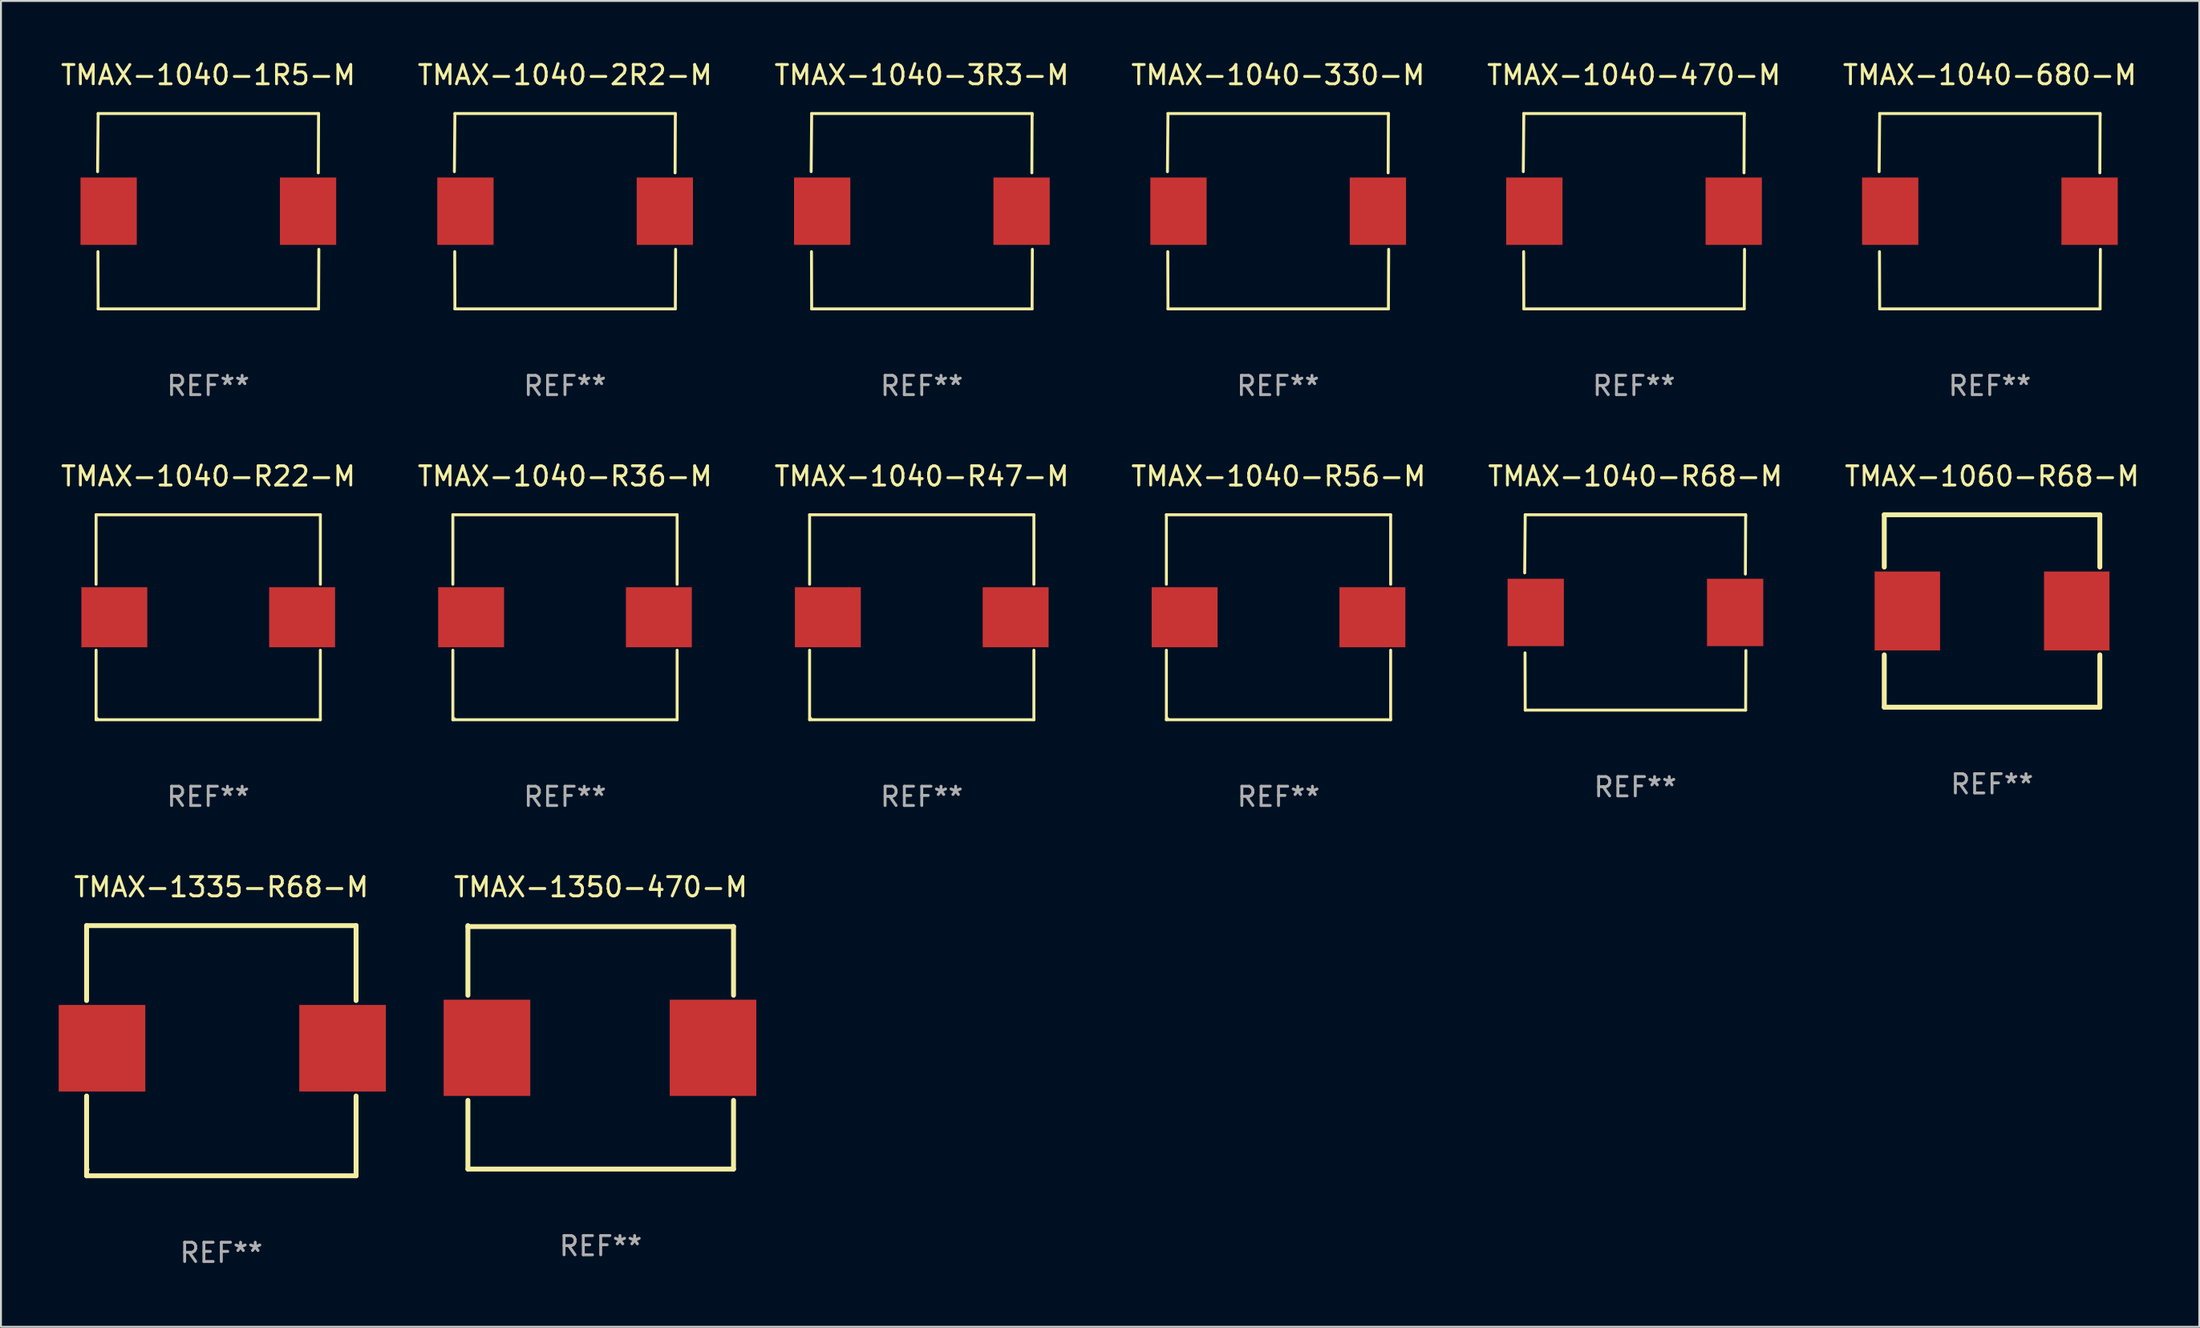
<source format=kicad_pcb>
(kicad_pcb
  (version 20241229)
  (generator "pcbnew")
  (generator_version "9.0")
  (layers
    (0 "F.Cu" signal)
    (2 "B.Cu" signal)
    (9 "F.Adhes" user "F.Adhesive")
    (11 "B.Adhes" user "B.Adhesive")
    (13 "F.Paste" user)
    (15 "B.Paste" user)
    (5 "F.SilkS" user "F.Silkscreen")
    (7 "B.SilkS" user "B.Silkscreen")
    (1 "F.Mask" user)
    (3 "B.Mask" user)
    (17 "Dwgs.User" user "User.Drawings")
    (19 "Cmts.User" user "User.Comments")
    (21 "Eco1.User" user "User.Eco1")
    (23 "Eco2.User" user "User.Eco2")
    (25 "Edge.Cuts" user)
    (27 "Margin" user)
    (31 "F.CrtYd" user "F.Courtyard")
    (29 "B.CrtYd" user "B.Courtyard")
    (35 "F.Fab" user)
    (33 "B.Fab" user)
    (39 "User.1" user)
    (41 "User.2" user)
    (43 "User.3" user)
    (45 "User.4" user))
  (footprint "TMAX-1040-680-M"
    (layer "F.Cu")
    (at 100.327 7.924)
    (property "Reference" "TMAX-1040-680-M" (at 0 -7.076 0) (layer "F.SilkS") (effects (font (size 1 1) (thickness 0.15))))
    (attr through_hole)
    (fp_line (start -5.747 -2.055) (end -5.719 -5.076) (stroke (width 0.152) (type solid)) (layer "F.SilkS"))
    (fp_line (start -5.729 2.102) (end -5.719 5.076) (stroke (width 0.152) (type solid)) (layer "F.SilkS"))
    (fp_line (start -5.719 -5.076) (end 5.733 -5.076) (stroke (width 0.152) (type solid)) (layer "F.SilkS"))
    (fp_line (start -5.719 5.076) (end 5.733 5.076) (stroke (width 0.152) (type solid)) (layer "F.SilkS"))
    (fp_line (start 5.733 -5.076) (end 5.72 -1.993) (stroke (width 0.152) (type solid)) (layer "F.SilkS"))
    (fp_line (start 5.733 5.076) (end 5.747 1.981) (stroke (width 0.152) (type solid)) (layer "F.SilkS"))
    (fp_circle (center 5.757 -5) (end 5.787 -5) (stroke (width 0.06) (type solid)) (fill no) (layer "F.SilkS"))
    (fp_text user "REF**" (at 0 9.076 0) (layer "F.Fab") (effects (font (size 1 1) (thickness 0.15))))
    (pad "1" smd rect (at 5.187 0) (size 2.924 3.5) (layers "F.Cu" "F.Mask" "F.Paste"))
    (pad "2" smd rect (at -5.173 0) (size 2.924 3.5) (layers "F.Cu" "F.Mask" "F.Paste")))
  (footprint "TMAX-1040-R22-M"
    (layer "F.Cu")
    (at 7.768 29.023)
    (property "Reference" "TMAX-1040-R22-M" (at 0 -7.326 0) (layer "F.SilkS") (effects (font (size 1 1) (thickness 0.15))))
    (attr through_hole)
    (fp_line (start -5.826 -5.326) (end 5.826 -5.326) (stroke (width 0.152) (type solid)) (layer "F.SilkS"))
    (fp_line (start -5.826 -1.712) (end -5.826 -5.326) (stroke (width 0.152) (type solid)) (layer "F.SilkS"))
    (fp_line (start -5.826 1.712) (end -5.826 5.326) (stroke (width 0.152) (type solid)) (layer "F.SilkS"))
    (fp_line (start -5.826 5.326) (end 5.826 5.326) (stroke (width 0.152) (type solid)) (layer "F.SilkS"))
    (fp_line (start 5.826 -5.326) (end 5.826 -1.712) (stroke (width 0.152) (type solid)) (layer "F.SilkS"))
    (fp_line (start 5.826 5.326) (end 5.826 1.712) (stroke (width 0.152) (type solid)) (layer "F.SilkS"))
    (fp_circle (center -5.75 5.25) (end -5.72 5.25) (stroke (width 0.06) (type solid)) (fill no) (layer "F.SilkS"))
    (fp_text user "REF**" (at 0 9.326 0) (layer "F.Fab") (effects (font (size 1 1) (thickness 0.15))))
    (pad "1" smd rect (at 4.878 0) (size 3.424 3.12) (layers "F.Cu" "F.Mask" "F.Paste"))
    (pad "2" smd rect (at -4.878 0) (size 3.424 3.12) (layers "F.Cu" "F.Mask" "F.Paste")))
  (footprint "TMAX-1040-3R3-M"
    (layer "F.Cu")
    (at 44.839 7.924)
    (property "Reference" "TMAX-1040-3R3-M" (at 0 -7.076 0) (layer "F.SilkS") (effects (font (size 1 1) (thickness 0.15))))
    (attr through_hole)
    (fp_line (start -5.747 -2.055) (end -5.719 -5.076) (stroke (width 0.152) (type solid)) (layer "F.SilkS"))
    (fp_line (start -5.729 2.102) (end -5.719 5.076) (stroke (width 0.152) (type solid)) (layer "F.SilkS"))
    (fp_line (start -5.719 -5.076) (end 5.733 -5.076) (stroke (width 0.152) (type solid)) (layer "F.SilkS"))
    (fp_line (start -5.719 5.076) (end 5.733 5.076) (stroke (width 0.152) (type solid)) (layer "F.SilkS"))
    (fp_line (start 5.733 -5.076) (end 5.72 -1.993) (stroke (width 0.152) (type solid)) (layer "F.SilkS"))
    (fp_line (start 5.733 5.076) (end 5.747 1.981) (stroke (width 0.152) (type solid)) (layer "F.SilkS"))
    (fp_circle (center 5.757 -5) (end 5.787 -5) (stroke (width 0.06) (type solid)) (fill no) (layer "F.SilkS"))
    (fp_text user "REF**" (at 0 9.076 0) (layer "F.Fab") (effects (font (size 1 1) (thickness 0.15))))
    (pad "1" smd rect (at 5.187 0) (size 2.924 3.5) (layers "F.Cu" "F.Mask" "F.Paste"))
    (pad "2" smd rect (at -5.173 0) (size 2.924 3.5) (layers "F.Cu" "F.Mask" "F.Paste")))
  (footprint "TMAX-1040-470-M"
    (layer "F.Cu")
    (at 81.839 7.924)
    (property "Reference" "TMAX-1040-470-M" (at 0 -7.076 0) (layer "F.SilkS") (effects (font (size 1 1) (thickness 0.15))))
    (attr through_hole)
    (fp_line (start -5.747 -2.055) (end -5.719 -5.076) (stroke (width 0.152) (type solid)) (layer "F.SilkS"))
    (fp_line (start -5.729 2.102) (end -5.719 5.076) (stroke (width 0.152) (type solid)) (layer "F.SilkS"))
    (fp_line (start -5.719 -5.076) (end 5.733 -5.076) (stroke (width 0.152) (type solid)) (layer "F.SilkS"))
    (fp_line (start -5.719 5.076) (end 5.733 5.076) (stroke (width 0.152) (type solid)) (layer "F.SilkS"))
    (fp_line (start 5.733 -5.076) (end 5.72 -1.993) (stroke (width 0.152) (type solid)) (layer "F.SilkS"))
    (fp_line (start 5.733 5.076) (end 5.747 1.981) (stroke (width 0.152) (type solid)) (layer "F.SilkS"))
    (fp_circle (center 5.757 -5) (end 5.787 -5) (stroke (width 0.06) (type solid)) (fill no) (layer "F.SilkS"))
    (fp_text user "REF**" (at 0 9.076 0) (layer "F.Fab") (effects (font (size 1 1) (thickness 0.15))))
    (pad "1" smd rect (at 5.187 0) (size 2.924 3.5) (layers "F.Cu" "F.Mask" "F.Paste"))
    (pad "2" smd rect (at -5.173 0) (size 2.924 3.5) (layers "F.Cu" "F.Mask" "F.Paste")))
  (footprint "TMAX-1040-2R2-M"
    (layer "F.Cu")
    (at 26.304 7.924)
    (property "Reference" "TMAX-1040-2R2-M" (at 0 -7.076 0) (layer "F.SilkS") (effects (font (size 1 1) (thickness 0.15))))
    (attr through_hole)
    (fp_line (start -5.747 -2.055) (end -5.719 -5.076) (stroke (width 0.152) (type solid)) (layer "F.SilkS"))
    (fp_line (start -5.729 2.102) (end -5.719 5.076) (stroke (width 0.152) (type solid)) (layer "F.SilkS"))
    (fp_line (start -5.719 -5.076) (end 5.733 -5.076) (stroke (width 0.152) (type solid)) (layer "F.SilkS"))
    (fp_line (start -5.719 5.076) (end 5.733 5.076) (stroke (width 0.152) (type solid)) (layer "F.SilkS"))
    (fp_line (start 5.733 -5.076) (end 5.72 -1.993) (stroke (width 0.152) (type solid)) (layer "F.SilkS"))
    (fp_line (start 5.733 5.076) (end 5.747 1.981) (stroke (width 0.152) (type solid)) (layer "F.SilkS"))
    (fp_circle (center 5.757 -5) (end 5.787 -5) (stroke (width 0.06) (type solid)) (fill no) (layer "F.SilkS"))
    (fp_text user "REF**" (at 0 9.076 0) (layer "F.Fab") (effects (font (size 1 1) (thickness 0.15))))
    (pad "1" smd rect (at 5.187 0) (size 2.924 3.5) (layers "F.Cu" "F.Mask" "F.Paste"))
    (pad "2" smd rect (at -5.173 0) (size 2.924 3.5) (layers "F.Cu" "F.Mask" "F.Paste")))
  (footprint "TMAX-1040-R36-M"
    (layer "F.Cu")
    (at 26.304 29.023)
    (property "Reference" "TMAX-1040-R36-M" (at 0 -7.326 0) (layer "F.SilkS") (effects (font (size 1 1) (thickness 0.15))))
    (attr through_hole)
    (fp_line (start -5.826 -5.326) (end 5.826 -5.326) (stroke (width 0.152) (type solid)) (layer "F.SilkS"))
    (fp_line (start -5.826 -1.712) (end -5.826 -5.326) (stroke (width 0.152) (type solid)) (layer "F.SilkS"))
    (fp_line (start -5.826 1.712) (end -5.826 5.326) (stroke (width 0.152) (type solid)) (layer "F.SilkS"))
    (fp_line (start -5.826 5.326) (end 5.826 5.326) (stroke (width 0.152) (type solid)) (layer "F.SilkS"))
    (fp_line (start 5.826 -5.326) (end 5.826 -1.712) (stroke (width 0.152) (type solid)) (layer "F.SilkS"))
    (fp_line (start 5.826 5.326) (end 5.826 1.712) (stroke (width 0.152) (type solid)) (layer "F.SilkS"))
    (fp_circle (center -5.75 5.25) (end -5.72 5.25) (stroke (width 0.06) (type solid)) (fill no) (layer "F.SilkS"))
    (fp_text user "REF**" (at 0 9.326 0) (layer "F.Fab") (effects (font (size 1 1) (thickness 0.15))))
    (pad "1" smd rect (at 4.878 0) (size 3.424 3.12) (layers "F.Cu" "F.Mask" "F.Paste"))
    (pad "2" smd rect (at -4.878 0) (size 3.424 3.12) (layers "F.Cu" "F.Mask" "F.Paste")))
  (footprint "TMAX-1335-R68-M"
    (layer "F.Cu")
    (at 8.449 51.545)
    (property "Reference" "TMAX-1335-R68-M" (at 0 -8.499 0) (layer "F.SilkS") (effects (font (size 1 1) (thickness 0.15))))
    (attr through_hole)
    (fp_line (start -7 -6.499) (end -7 -2.607) (stroke (width 0.254) (type solid)) (layer "F.SilkS"))
    (fp_line (start -7 -6.499) (end 7.001 -6.499) (stroke (width 0.254) (type solid)) (layer "F.SilkS"))
    (fp_line (start -7 2.355) (end -7 6.499) (stroke (width 0.254) (type solid)) (layer "F.SilkS"))
    (fp_line (start 7 6.499) (end -7.001 6.499) (stroke (width 0.254) (type solid)) (layer "F.SilkS"))
    (fp_line (start 7.001 -6.499) (end 7.001 -2.607) (stroke (width 0.254) (type solid)) (layer "F.SilkS"))
    (fp_line (start 7.001 2.355) (end 7.001 6.499) (stroke (width 0.254) (type solid)) (layer "F.SilkS"))
    (fp_circle (center -6.899 6.174) (end -6.869 6.174) (stroke (width 0.06) (type solid)) (fill no) (layer "F.SilkS"))
    (fp_text user "REF**" (at 0 10.499 0) (layer "F.Fab") (effects (font (size 1 1) (thickness 0.15))))
    (pad "1" smd rect (at -6.199 -0.126) (size 4.5 4.5) (layers "F.Cu" "F.Mask" "F.Paste"))
    (pad "2" smd rect (at 6.3 -0.126) (size 4.5 4.5) (layers "F.Cu" "F.Mask" "F.Paste")))
  (footprint "TMAX-1040-1R5-M"
    (layer "F.Cu")
    (at 7.768 7.924)
    (property "Reference" "TMAX-1040-1R5-M" (at 0 -7.076 0) (layer "F.SilkS") (effects (font (size 1 1) (thickness 0.15))))
    (attr through_hole)
    (fp_line (start -5.747 -2.055) (end -5.719 -5.076) (stroke (width 0.152) (type solid)) (layer "F.SilkS"))
    (fp_line (start -5.729 2.102) (end -5.719 5.076) (stroke (width 0.152) (type solid)) (layer "F.SilkS"))
    (fp_line (start -5.719 -5.076) (end 5.733 -5.076) (stroke (width 0.152) (type solid)) (layer "F.SilkS"))
    (fp_line (start -5.719 5.076) (end 5.733 5.076) (stroke (width 0.152) (type solid)) (layer "F.SilkS"))
    (fp_line (start 5.733 -5.076) (end 5.72 -1.993) (stroke (width 0.152) (type solid)) (layer "F.SilkS"))
    (fp_line (start 5.733 5.076) (end 5.747 1.981) (stroke (width 0.152) (type solid)) (layer "F.SilkS"))
    (fp_circle (center 5.757 -5) (end 5.787 -5) (stroke (width 0.06) (type solid)) (fill no) (layer "F.SilkS"))
    (fp_text user "REF**" (at 0 9.076 0) (layer "F.Fab") (effects (font (size 1 1) (thickness 0.15))))
    (pad "1" smd rect (at 5.187 0) (size 2.924 3.5) (layers "F.Cu" "F.Mask" "F.Paste"))
    (pad "2" smd rect (at -5.173 0) (size 2.924 3.5) (layers "F.Cu" "F.Mask" "F.Paste")))
  (footprint "TMAX-1040-R47-M"
    (layer "F.Cu")
    (at 44.839 29.023)
    (property "Reference" "TMAX-1040-R47-M" (at 0 -7.326 0) (layer "F.SilkS") (effects (font (size 1 1) (thickness 0.15))))
    (attr through_hole)
    (fp_line (start -5.826 -5.326) (end 5.826 -5.326) (stroke (width 0.152) (type solid)) (layer "F.SilkS"))
    (fp_line (start -5.826 -1.712) (end -5.826 -5.326) (stroke (width 0.152) (type solid)) (layer "F.SilkS"))
    (fp_line (start -5.826 1.712) (end -5.826 5.326) (stroke (width 0.152) (type solid)) (layer "F.SilkS"))
    (fp_line (start -5.826 5.326) (end 5.826 5.326) (stroke (width 0.152) (type solid)) (layer "F.SilkS"))
    (fp_line (start 5.826 -5.326) (end 5.826 -1.712) (stroke (width 0.152) (type solid)) (layer "F.SilkS"))
    (fp_line (start 5.826 5.326) (end 5.826 1.712) (stroke (width 0.152) (type solid)) (layer "F.SilkS"))
    (fp_circle (center -5.75 5.25) (end -5.72 5.25) (stroke (width 0.06) (type solid)) (fill no) (layer "F.SilkS"))
    (fp_text user "REF**" (at 0 9.326 0) (layer "F.Fab") (effects (font (size 1 1) (thickness 0.15))))
    (pad "1" smd rect (at 4.878 0) (size 3.424 3.12) (layers "F.Cu" "F.Mask" "F.Paste"))
    (pad "2" smd rect (at -4.878 0) (size 3.424 3.12) (layers "F.Cu" "F.Mask" "F.Paste")))
  (footprint "TMAX-1060-R68-M"
    (layer "F.Cu")
    (at 100.446 28.697)
    (property "Reference" "TMAX-1060-R68-M" (at 0 -7 0) (layer "F.SilkS") (effects (font (size 1 1) (thickness 0.15))))
    (attr through_hole)
    (fp_line (start -5.6 -5) (end 5.6 -5) (stroke (width 0.254) (type solid)) (layer "F.SilkS"))
    (fp_line (start -5.6 -2.281) (end -5.6 -5) (stroke (width 0.254) (type solid)) (layer "F.SilkS"))
    (fp_line (start -5.6 5) (end -5.6 2.281) (stroke (width 0.254) (type solid)) (layer "F.SilkS"))
    (fp_line (start 5.6 -2.281) (end 5.6 -5) (stroke (width 0.254) (type solid)) (layer "F.SilkS"))
    (fp_line (start 5.6 5) (end -5.6 5) (stroke (width 0.254) (type solid)) (layer "F.SilkS"))
    (fp_line (start 5.6 5) (end 5.6 2.281) (stroke (width 0.254) (type solid)) (layer "F.SilkS"))
    (fp_circle (center -5.6 5) (end -5.57 5) (stroke (width 0.06) (type solid)) (fill no) (layer "F.SilkS"))
    (fp_text user "REF**" (at 0 9 0) (layer "F.Fab") (effects (font (size 1 1) (thickness 0.15))))
    (pad "1" smd rect (at -4.4 0) (size 3.4 4.1) (layers "F.Cu" "F.Mask" "F.Paste"))
    (pad "2" smd rect (at 4.4 0) (size 3.4 4.1) (layers "F.Cu" "F.Mask" "F.Paste")))
  (footprint "TMAX-1040-R68-M"
    (layer "F.Cu")
    (at 81.911 28.773)
    (property "Reference" "TMAX-1040-R68-M" (at 0 -7.076 0) (layer "F.SilkS") (effects (font (size 1 1) (thickness 0.15))))
    (attr through_hole)
    (fp_line (start -5.747 -2.055) (end -5.719 -5.076) (stroke (width 0.152) (type solid)) (layer "F.SilkS"))
    (fp_line (start -5.729 2.102) (end -5.719 5.076) (stroke (width 0.152) (type solid)) (layer "F.SilkS"))
    (fp_line (start -5.719 -5.076) (end 5.733 -5.076) (stroke (width 0.152) (type solid)) (layer "F.SilkS"))
    (fp_line (start -5.719 5.076) (end 5.733 5.076) (stroke (width 0.152) (type solid)) (layer "F.SilkS"))
    (fp_line (start 5.733 -5.076) (end 5.72 -1.993) (stroke (width 0.152) (type solid)) (layer "F.SilkS"))
    (fp_line (start 5.733 5.076) (end 5.747 1.981) (stroke (width 0.152) (type solid)) (layer "F.SilkS"))
    (fp_circle (center 5.757 -5) (end 5.787 -5) (stroke (width 0.06) (type solid)) (fill no) (layer "F.SilkS"))
    (fp_text user "REF**" (at 0 9.076 0) (layer "F.Fab") (effects (font (size 1 1) (thickness 0.15))))
    (pad "1" smd rect (at 5.187 0) (size 2.924 3.5) (layers "F.Cu" "F.Mask" "F.Paste"))
    (pad "2" smd rect (at -5.173 0) (size 2.924 3.5) (layers "F.Cu" "F.Mask" "F.Paste")))
  (footprint "TMAX-1350-470-M"
    (layer "F.Cu")
    (at 28.16 51.371)
    (property "Reference" "TMAX-1350-470-M" (at 0 -8.325 0) (layer "F.SilkS") (effects (font (size 1 1) (thickness 0.15))))
    (attr through_hole)
    (fp_line (start -6.9 -6.275) (end 6.9 -6.275) (stroke (width 0.254) (type solid)) (layer "F.SilkS"))
    (fp_line (start -6.9 -2.706) (end -6.9 -6.325) (stroke (width 0.254) (type solid)) (layer "F.SilkS"))
    (fp_line (start -6.9 6.325) (end -6.9 2.756) (stroke (width 0.254) (type solid)) (layer "F.SilkS"))
    (fp_line (start 6.9 -2.706) (end 6.9 -6.275) (stroke (width 0.254) (type solid)) (layer "F.SilkS"))
    (fp_line (start 6.9 6.325) (end -6.9 6.325) (stroke (width 0.254) (type solid)) (layer "F.SilkS"))
    (fp_line (start 6.9 6.325) (end 6.9 2.756) (stroke (width 0.254) (type solid)) (layer "F.SilkS"))
    (fp_circle (center -6.938 6.325) (end -6.908 6.325) (stroke (width 0.06) (type solid)) (fill no) (layer "F.SilkS"))
    (fp_text user "REF**" (at 0 10.325 0) (layer "F.Fab") (effects (font (size 1 1) (thickness 0.15))))
    (pad "1" smd rect (at -5.91 0.025) (size 4.5 5) (layers "F.Cu" "F.Mask" "F.Paste"))
    (pad "2" smd rect (at 5.834 0.025) (size 4.5 5) (layers "F.Cu" "F.Mask" "F.Paste")))
  (footprint "TMAX-1040-330-M"
    (layer "F.Cu")
    (at 63.351 7.924)
    (property "Reference" "TMAX-1040-330-M" (at 0 -7.076 0) (layer "F.SilkS") (effects (font (size 1 1) (thickness 0.15))))
    (attr through_hole)
    (fp_line (start -5.747 -2.055) (end -5.719 -5.076) (stroke (width 0.152) (type solid)) (layer "F.SilkS"))
    (fp_line (start -5.729 2.102) (end -5.719 5.076) (stroke (width 0.152) (type solid)) (layer "F.SilkS"))
    (fp_line (start -5.719 -5.076) (end 5.733 -5.076) (stroke (width 0.152) (type solid)) (layer "F.SilkS"))
    (fp_line (start -5.719 5.076) (end 5.733 5.076) (stroke (width 0.152) (type solid)) (layer "F.SilkS"))
    (fp_line (start 5.733 -5.076) (end 5.72 -1.993) (stroke (width 0.152) (type solid)) (layer "F.SilkS"))
    (fp_line (start 5.733 5.076) (end 5.747 1.981) (stroke (width 0.152) (type solid)) (layer "F.SilkS"))
    (fp_circle (center 5.757 -5) (end 5.787 -5) (stroke (width 0.06) (type solid)) (fill no) (layer "F.SilkS"))
    (fp_text user "REF**" (at 0 9.076 0) (layer "F.Fab") (effects (font (size 1 1) (thickness 0.15))))
    (pad "1" smd rect (at 5.187 0) (size 2.924 3.5) (layers "F.Cu" "F.Mask" "F.Paste"))
    (pad "2" smd rect (at -5.173 0) (size 2.924 3.5) (layers "F.Cu" "F.Mask" "F.Paste")))
  (footprint "TMAX-1040-R56-M"
    (layer "F.Cu")
    (at 63.375 29.023)
    (property "Reference" "TMAX-1040-R56-M" (at 0 -7.326 0) (layer "F.SilkS") (effects (font (size 1 1) (thickness 0.15))))
    (attr through_hole)
    (fp_line (start -5.826 -5.326) (end 5.826 -5.326) (stroke (width 0.152) (type solid)) (layer "F.SilkS"))
    (fp_line (start -5.826 -1.712) (end -5.826 -5.326) (stroke (width 0.152) (type solid)) (layer "F.SilkS"))
    (fp_line (start -5.826 1.712) (end -5.826 5.326) (stroke (width 0.152) (type solid)) (layer "F.SilkS"))
    (fp_line (start -5.826 5.326) (end 5.826 5.326) (stroke (width 0.152) (type solid)) (layer "F.SilkS"))
    (fp_line (start 5.826 -5.326) (end 5.826 -1.712) (stroke (width 0.152) (type solid)) (layer "F.SilkS"))
    (fp_line (start 5.826 5.326) (end 5.826 1.712) (stroke (width 0.152) (type solid)) (layer "F.SilkS"))
    (fp_circle (center -5.75 5.25) (end -5.72 5.25) (stroke (width 0.06) (type solid)) (fill no) (layer "F.SilkS"))
    (fp_text user "REF**" (at 0 9.326 0) (layer "F.Fab") (effects (font (size 1 1) (thickness 0.15))))
    (pad "1" smd rect (at 4.878 0) (size 3.424 3.12) (layers "F.Cu" "F.Mask" "F.Paste"))
    (pad "2" smd rect (at -4.878 0) (size 3.424 3.12) (layers "F.Cu" "F.Mask" "F.Paste")))
  (gr_rect
    (start -3 -3)
    (end 111.214 65.893)
    (stroke (width 0.1) (type default))
    (fill no)
    (layer "Edge.Cuts")))
</source>
